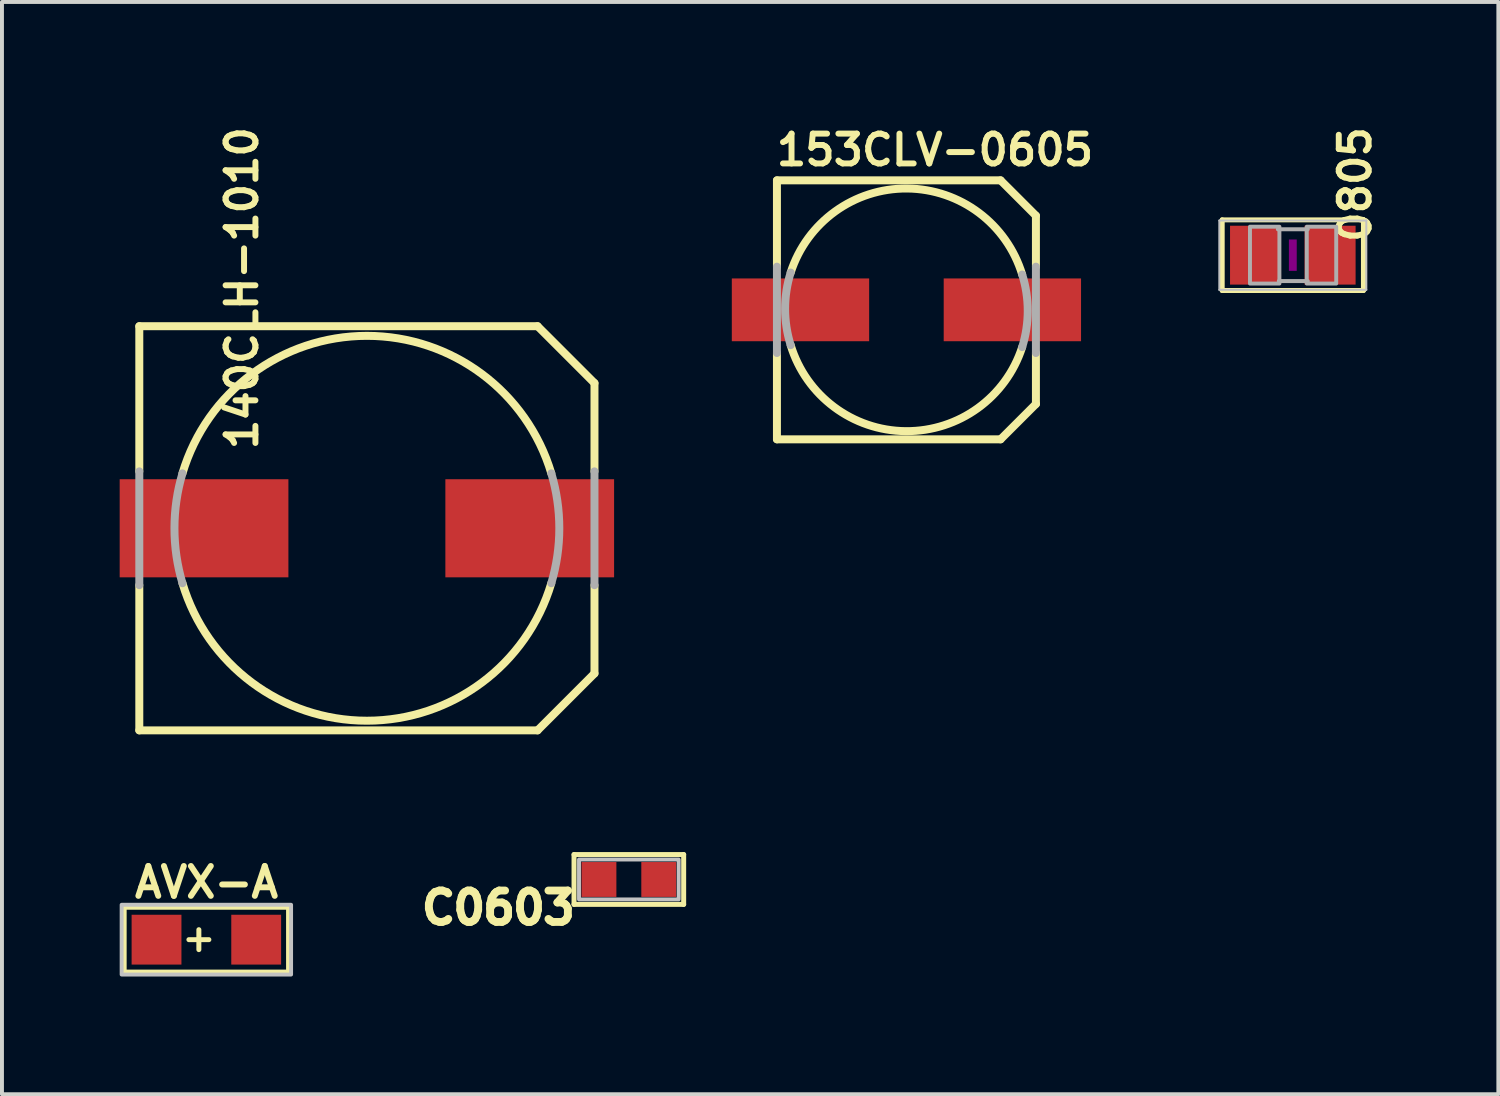
<source format=kicad_pcb>
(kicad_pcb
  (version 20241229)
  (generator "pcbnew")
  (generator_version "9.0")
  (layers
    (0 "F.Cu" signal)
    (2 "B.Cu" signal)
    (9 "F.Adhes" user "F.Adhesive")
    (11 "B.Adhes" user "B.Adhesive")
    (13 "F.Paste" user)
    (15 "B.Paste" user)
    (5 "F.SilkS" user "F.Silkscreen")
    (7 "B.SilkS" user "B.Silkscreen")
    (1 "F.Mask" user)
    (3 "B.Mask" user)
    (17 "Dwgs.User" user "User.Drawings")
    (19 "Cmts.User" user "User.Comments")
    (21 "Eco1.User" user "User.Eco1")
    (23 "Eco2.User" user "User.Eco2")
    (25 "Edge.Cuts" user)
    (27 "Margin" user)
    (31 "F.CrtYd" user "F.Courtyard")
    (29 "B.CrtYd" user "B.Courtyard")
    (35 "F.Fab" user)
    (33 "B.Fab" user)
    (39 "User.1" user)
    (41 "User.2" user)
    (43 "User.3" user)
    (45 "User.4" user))
  (footprint "AVX-A"
    (layer "F.Cu")
    (at 2.209 20.897)
    (property "Reference" "AVX-A" (at -1.905 -1.016 180) (layer "F.SilkS") (effects (font (size 0.76 0.76) (thickness 0.152)) (justify left bottom)))
    (attr through_hole)
    (fp_line (start -2.095 -0.826) (end 2.095 -0.826) (stroke (width 0.127) (type solid)) (layer "F.SilkS"))
    (fp_line (start -2.095 0.826) (end -2.095 -0.826) (stroke (width 0.127) (type solid)) (layer "F.SilkS"))
    (fp_line (start -0.445 0) (end 0.064 0) (stroke (width 0.127) (type solid)) (layer "F.SilkS"))
    (fp_line (start -0.191 0.254) (end -0.191 -0.254) (stroke (width 0.127) (type solid)) (layer "F.SilkS"))
    (fp_line (start 2.095 -0.826) (end 2.095 0.826) (stroke (width 0.127) (type solid)) (layer "F.SilkS"))
    (fp_line (start 2.095 0.826) (end -2.095 0.826) (stroke (width 0.127) (type solid)) (layer "F.SilkS"))
    (fp_poly (pts (xy -2.159 0.889) (xy 2.159 0.889) (xy 2.159 -0.889) (xy -2.159 -0.889)) (stroke (width 0.1) (type solid)) (fill no) (layer "Dwgs.User"))
    (pad "+" smd rect (at -1.27 0) (size 1.27 1.27) (layers "F.Cu" "F.Mask" "F.Paste"))
    (pad "-" smd rect (at 1.27 0 180) (size 1.27 1.27) (layers "F.Cu" "F.Mask" "F.Paste")))
  (footprint "140CLH-1010"
    (layer "F.Cu")
    (at 6.3 10.413)
    (property "Reference" "140CLH-1010" (at -2.74 -1.93 90) (layer "F.SilkS") (effects (font (size 0.76 0.76) (thickness 0.152)) (justify left bottom)))
    (attr through_hole)
    (fp_line (start -5.8 -5.15) (end 4.35 -5.15) (stroke (width 0.203) (type solid)) (layer "F.SilkS"))
    (fp_line (start -5.8 -1.45) (end -5.8 -5.15) (stroke (width 0.203) (type solid)) (layer "F.SilkS"))
    (fp_line (start -5.8 5.15) (end -5.8 1.45) (stroke (width 0.203) (type solid)) (layer "F.SilkS"))
    (fp_line (start 4.35 5.15) (end -5.8 5.15) (stroke (width 0.203) (type solid)) (layer "F.SilkS"))
    (fp_line (start 5.8 -3.7) (end 4.35 -5.15) (stroke (width 0.203) (type solid)) (layer "F.SilkS"))
    (fp_line (start 5.8 -3.7) (end 5.8 -1.45) (stroke (width 0.203) (type solid)) (layer "F.SilkS"))
    (fp_line (start 5.8 1.45) (end 5.8 3.7) (stroke (width 0.203) (type solid)) (layer "F.SilkS"))
    (fp_line (start 5.8 3.7) (end 4.35 5.15) (stroke (width 0.203) (type solid)) (layer "F.SilkS"))
    (fp_arc (start -4.7 -1.4) (mid 0 -4.90408) (end 4.7 -1.4) (stroke (width 0.2032) (type solid)) (layer "F.SilkS"))
    (fp_arc (start 4.7 1.4) (mid 0 4.90408) (end -4.7 1.4) (stroke (width 0.2032) (type solid)) (layer "F.SilkS"))
    (fp_line (start -5.8 1.45) (end -5.8 -1.45) (stroke (width 0.203) (type solid)) (layer "F.Fab"))
    (fp_line (start 5.8 -1.45) (end 5.8 1.45) (stroke (width 0.203) (type solid)) (layer "F.Fab"))
    (fp_arc (start -4.7 1.4) (mid -4.90408 0) (end -4.7 -1.4) (stroke (width 0.2032) (type solid)) (layer "F.Fab"))
    (fp_arc (start 4.7 -1.4) (mid 4.90408 0) (end 4.7 1.4) (stroke (width 0.2032) (type solid)) (layer "F.Fab"))
    (pad "+" smd rect (at 4.15 0) (size 4.3 2.5) (layers "F.Cu" "F.Mask" "F.Paste"))
    (pad "-" smd rect (at -4.15 0) (size 4.3 2.5) (layers "F.Cu" "F.Mask" "F.Paste")))
  (footprint "153CLV-0605"
    (layer "F.Cu")
    (at 20.05 4.846)
    (property "Reference" "153CLV-0605" (at -3.39 -3.63 180) (layer "F.SilkS") (effects (font (size 0.76 0.76) (thickness 0.152)) (justify left bottom)))
    (attr through_hole)
    (fp_line (start -3.3 -3.3) (end 2.4 -3.3) (stroke (width 0.203) (type solid)) (layer "F.SilkS"))
    (fp_line (start -3.3 -1.1) (end -3.3 -3.3) (stroke (width 0.203) (type solid)) (layer "F.SilkS"))
    (fp_line (start -3.3 3.3) (end -3.3 1.1) (stroke (width 0.203) (type solid)) (layer "F.SilkS"))
    (fp_line (start 2.4 -3.3) (end 3.3 -2.4) (stroke (width 0.203) (type solid)) (layer "F.SilkS"))
    (fp_line (start 2.4 3.3) (end -3.3 3.3) (stroke (width 0.203) (type solid)) (layer "F.SilkS"))
    (fp_line (start 3.3 -2.4) (end 3.3 -1.1) (stroke (width 0.203) (type solid)) (layer "F.SilkS"))
    (fp_line (start 3.3 1.1) (end 3.3 2.4) (stroke (width 0.203) (type solid)) (layer "F.SilkS"))
    (fp_line (start 3.3 2.4) (end 2.4 3.3) (stroke (width 0.203) (type solid)) (layer "F.SilkS"))
    (fp_arc (start -2.95 -0.95) (mid 0.018362 -3.091623) (end 2.950002 -0.900001) (stroke (width 0.2032) (type solid)) (layer "F.SilkS"))
    (fp_arc (start 2.949998 0.949999) (mid -0.018362 3.09162) (end -2.95 0.9) (stroke (width 0.2032) (type solid)) (layer "F.SilkS"))
    (fp_line (start -3.3 1.1) (end -3.3 -1.1) (stroke (width 0.203) (type solid)) (layer "F.Fab"))
    (fp_line (start 3.3 -1.1) (end 3.3 1.1) (stroke (width 0.203) (type solid)) (layer "F.Fab"))
    (fp_arc (start -2.95 0.9) (mid -3.091622 -0.025) (end -2.95 -0.95) (stroke (width 0.2032) (type solid)) (layer "F.Fab"))
    (fp_arc (start 2.95 -0.9) (mid 3.091622 0.025) (end 2.95 0.95) (stroke (width 0.2032) (type solid)) (layer "F.Fab"))
    (pad "+" smd rect (at 2.7 0) (size 3.5 1.6) (layers "F.Cu" "F.Mask" "F.Paste"))
    (pad "-" smd rect (at -2.7 0) (size 3.5 1.6) (layers "F.Cu" "F.Mask" "F.Paste")))
  (footprint "C0603"
    (layer "F.Cu")
    (at 12.976 19.363)
    (property "Reference" "C0603" (at -1.27 0.254 180) (layer "F.SilkS") (effects (font (size 0.8 0.8) (thickness 0.2)) (justify right top)))
    (attr through_hole)
    (fp_line (start -1.397 -0.635) (end 1.397 -0.635) (stroke (width 0.127) (type solid)) (layer "F.SilkS"))
    (fp_line (start -1.397 0.635) (end -1.397 -0.635) (stroke (width 0.127) (type solid)) (layer "F.SilkS"))
    (fp_line (start 1.397 -0.635) (end 1.397 0.635) (stroke (width 0.127) (type solid)) (layer "F.SilkS"))
    (fp_line (start 1.397 0.635) (end -1.397 0.635) (stroke (width 0.127) (type solid)) (layer "F.SilkS"))
    (fp_poly (pts (xy -1.27 0.508) (xy 1.27 0.508) (xy 1.27 -0.508) (xy -1.27 -0.508)) (stroke (width 0.1) (type solid)) (fill no) (layer "Dwgs.User"))
    (pad "1" smd rect (at -0.762 0) (size 0.889 0.889) (layers "F.Cu" "F.Mask" "F.Paste"))
    (pad "2" smd rect (at 0.762 0) (size 0.889 0.889) (layers "F.Cu" "F.Mask" "F.Paste")))
  (footprint "0805"
    (layer "F.Cu")
    (at 29.897 3.453)
    (property "Reference" "0805" (at 2.032 -0.254 90) (layer "F.SilkS") (effects (font (size 0.76 0.76) (thickness 0.152)) (justify left bottom)))
    (attr through_hole)
    (fp_line (start -1.8 -0.9) (end 1.8 -0.9) (stroke (width 0.127) (type solid)) (layer "F.SilkS"))
    (fp_line (start -1.8 0.9) (end -1.8 -0.9) (stroke (width 0.127) (type solid)) (layer "F.SilkS"))
    (fp_line (start 1.8 -0.9) (end 1.8 0.9) (stroke (width 0.127) (type solid)) (layer "F.SilkS"))
    (fp_line (start 1.8 0.9) (end -1.8 0.9) (stroke (width 0.127) (type solid)) (layer "F.SilkS"))
    (fp_poly (pts (xy -0.1 0.4) (xy 0.1 0.4) (xy 0.1 -0.4) (xy -0.1 -0.4)) (stroke (width 0) (type solid)) (fill yes) (layer "F.Adhes"))
    (fp_line (start -1.873 -0.883) (end 1.873 -0.883) (stroke (width 0.051) (type solid)) (layer "Dwgs.User"))
    (fp_line (start -1.873 0.883) (end -1.873 -0.883) (stroke (width 0.051) (type solid)) (layer "Dwgs.User"))
    (fp_line (start 1.873 -0.883) (end 1.873 0.883) (stroke (width 0.051) (type solid)) (layer "Dwgs.User"))
    (fp_line (start 1.873 0.883) (end -1.873 0.883) (stroke (width 0.051) (type solid)) (layer "Dwgs.User"))
    (fp_line (start -0.381 -0.66) (end 0.381 -0.66) (stroke (width 0.102) (type solid)) (layer "F.Fab"))
    (fp_line (start -0.356 0.66) (end 0.381 0.66) (stroke (width 0.102) (type solid)) (layer "F.Fab"))
    (fp_poly (pts (xy -1.092 0.724) (xy -0.342 0.724) (xy -0.342 -0.726) (xy -1.092 -0.726)) (stroke (width 0.1) (type solid)) (fill no) (layer "F.Fab"))
    (fp_poly (pts (xy 0.356 0.724) (xy 1.106 0.724) (xy 1.106 -0.726) (xy 0.356 -0.726)) (stroke (width 0.1) (type solid)) (fill no) (layer "F.Fab"))
    (pad "1" smd rect (at -0.95 0) (size 1.3 1.5) (layers "F.Cu" "F.Mask" "F.Paste"))
    (pad "2" smd rect (at 0.95 0) (size 1.3 1.5) (layers "F.Cu" "F.Mask" "F.Paste")))
  (gr_rect
    (start -3 -3)
    (end 35.135 24.836)
    (stroke (width 0.1) (type default))
    (fill no)
    (layer "Edge.Cuts")))
</source>
